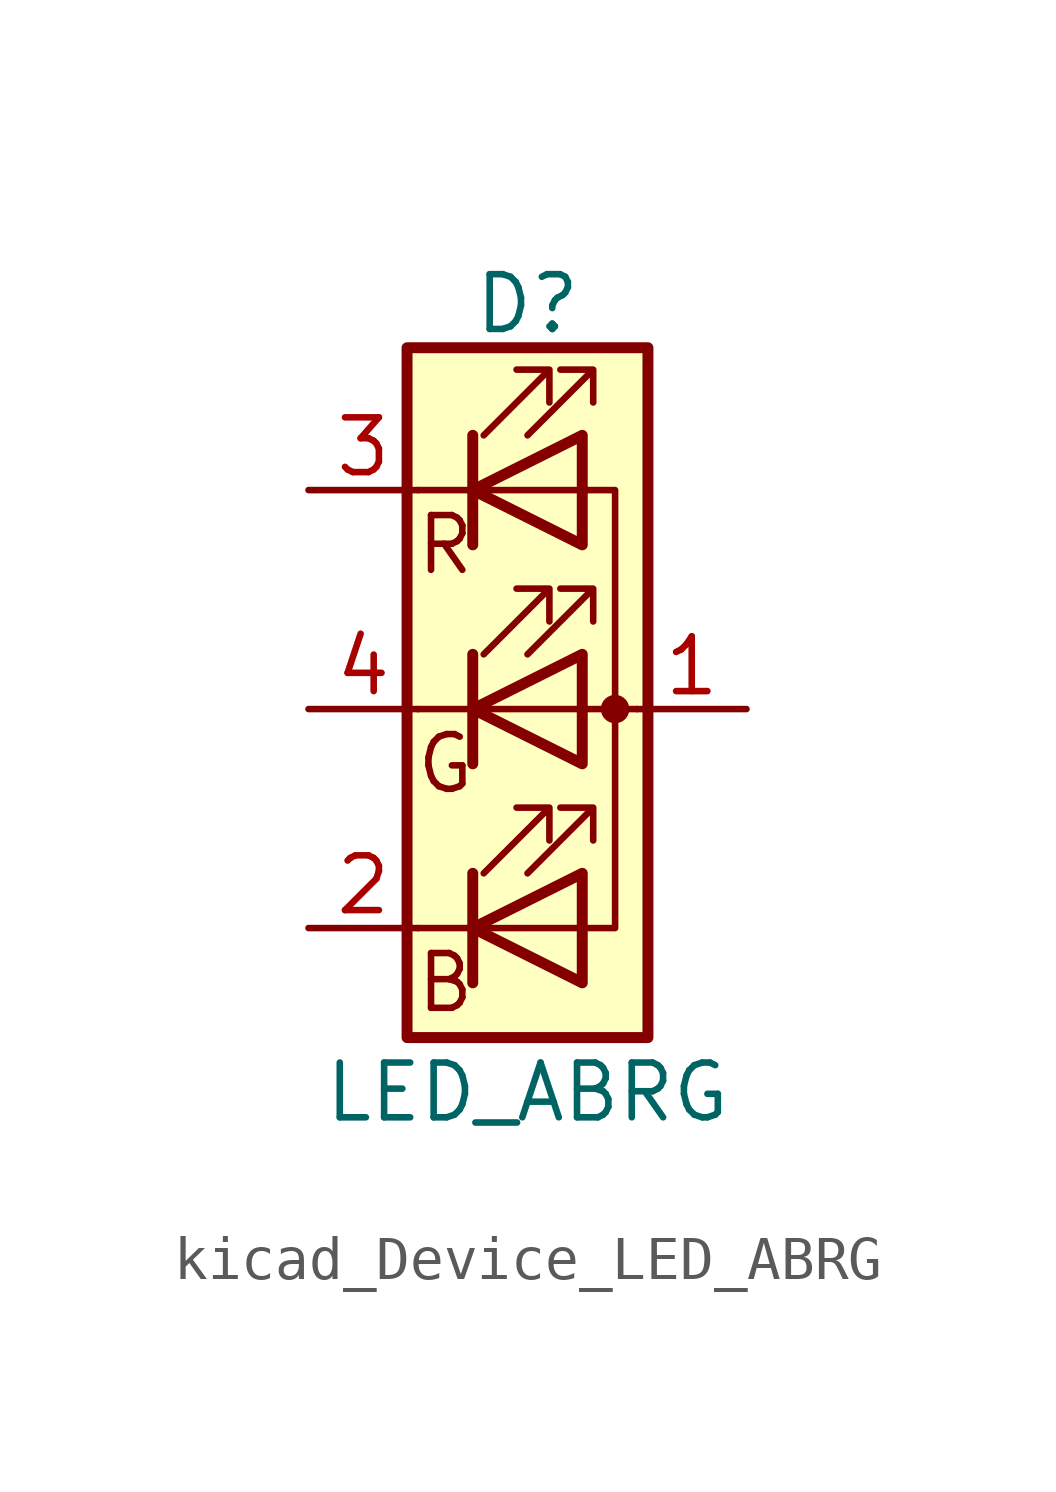
<source format=kicad_sym>
(kicad_symbol_lib
  (version 20220914)
  (generator kicad_symbol_editor)
  (symbol "kicad_Device_LED_ABRG"
    (pin_names
      (offset 0) hide)
    (property "Reference" "D"
      (at 0 9.398 0)
      (effects (font (size 1.27 1.27))))
    (property "Value" "LED_ABRG"
      (at 0 -8.89 0)
      (effects (font (size 1.27 1.27))))
    (symbol "kicad_Device_LED_ABRG_0_0"
      (text "B" (at -1.905 -6.35 0) (effects (font (size 1.27 1.27))))
      (text "G" (at -1.905 -1.27 0) (effects (font (size 1.27 1.27))))
      (text "R" (at -1.905 3.81 0) (effects (font (size 1.27 1.27)))))
    (symbol "kicad_Device_LED_ABRG_0_1"
      (polyline (pts (xy -1.27 -5.08) (xy -2.54 -5.08)) (stroke (width 0) (type default)) (fill (type none)))
      (polyline (pts (xy -1.27 -5.08) (xy 1.27 -5.08)) (stroke (width 0) (type default)) (fill (type none)))
      (polyline (pts (xy -1.27 -3.81) (xy -1.27 -6.35)) (stroke (width 0.254) (type default)) (fill (type none)))
      (polyline (pts (xy -1.27 0) (xy -2.54 0)) (stroke (width 0) (type default)) (fill (type none)))
      (polyline (pts (xy -1.27 1.27) (xy -1.27 -1.27)) (stroke (width 0.254) (type default)) (fill (type none)))
      (polyline (pts (xy -1.27 5.08) (xy -2.54 5.08)) (stroke (width 0) (type default)) (fill (type none)))
      (polyline (pts (xy -1.27 5.08) (xy 1.27 5.08)) (stroke (width 0) (type default)) (fill (type none)))
      (polyline (pts (xy -1.27 6.35) (xy -1.27 3.81)) (stroke (width 0.254) (type default)) (fill (type none)))
      (polyline (pts (xy 1.27 0) (xy -1.27 0)) (stroke (width 0) (type default)) (fill (type none)))
      (polyline (pts (xy 1.27 0) (xy 2.54 0)) (stroke (width 0) (type default)) (fill (type none)))
      (polyline (pts (xy -1.27 1.27) (xy -1.27 -1.27) (xy -1.27 -1.27)) (stroke (width 0) (type default)) (fill (type none)))
      (polyline (pts (xy -1.27 6.35) (xy -1.27 3.81) (xy -1.27 3.81)) (stroke (width 0) (type default)) (fill (type none)))
      (polyline (pts (xy 1.27 -5.08) (xy 2.032 -5.08) (xy 2.032 5.08) (xy 1.27 5.08)) (stroke (width 0) (type default)) (fill (type none)))
      (polyline (pts (xy 1.27 -3.81) (xy 1.27 -6.35) (xy -1.27 -5.08) (xy 1.27 -3.81)) (stroke (width 0.254) (type default)) (fill (type none)))
      (polyline (pts (xy 1.27 1.27) (xy 1.27 -1.27) (xy -1.27 0) (xy 1.27 1.27)) (stroke (width 0.254) (type default)) (fill (type none)))
      (polyline (pts (xy 1.27 6.35) (xy 1.27 3.81) (xy -1.27 5.08) (xy 1.27 6.35)) (stroke (width 0.254) (type default)) (fill (type none)))
      (polyline (pts (xy -1.016 -3.81) (xy 0.508 -2.286) (xy -0.254 -2.286) (xy 0.508 -2.286) (xy 0.508 -3.048)) (stroke (width 0) (type default)) (fill (type none)))
      (polyline (pts (xy -1.016 1.27) (xy 0.508 2.794) (xy -0.254 2.794) (xy 0.508 2.794) (xy 0.508 2.032)) (stroke (width 0) (type default)) (fill (type none)))
      (polyline (pts (xy -1.016 6.35) (xy 0.508 7.874) (xy -0.254 7.874) (xy 0.508 7.874) (xy 0.508 7.112)) (stroke (width 0) (type default)) (fill (type none)))
      (polyline (pts (xy 0 -3.81) (xy 1.524 -2.286) (xy 0.762 -2.286) (xy 1.524 -2.286) (xy 1.524 -3.048)) (stroke (width 0) (type default)) (fill (type none)))
      (polyline (pts (xy 0 1.27) (xy 1.524 2.794) (xy 0.762 2.794) (xy 1.524 2.794) (xy 1.524 2.032)) (stroke (width 0) (type default)) (fill (type none)))
      (polyline (pts (xy 0 6.35) (xy 1.524 7.874) (xy 0.762 7.874) (xy 1.524 7.874) (xy 1.524 7.112)) (stroke (width 0) (type default)) (fill (type none)))
      (rectangle (start 1.27 -1.27) (end 1.27 1.27) (stroke (width 0) (type default)) (fill (type none)))
      (rectangle (start 1.27 1.27) (end 1.27 1.27) (stroke (width 0) (type default)) (fill (type none)))
      (rectangle (start 1.27 3.81) (end 1.27 6.35) (stroke (width 0) (type default)) (fill (type none)))
      (rectangle (start 1.27 6.35) (end 1.27 6.35) (stroke (width 0) (type default)) (fill (type none)))
      (circle (center 2.032 0) (radius 0.254) (stroke (width 0) (type default)) (fill (type outline)))
      (rectangle (start 2.794 8.382) (end -2.794 -7.62) (stroke (width 0.254) (type default)) (fill (type background))))
    (symbol "kicad_Device_LED_ABRG_1_1"
      (pin passive line (at 5.08 0 180) (length 2.54) (name "A" (effects (font (size 1.27 1.27)))) (number "1" (effects (font (size 1.27 1.27)))))
      (pin passive line (at -5.08 -5.08 0) (length 2.54) (name "BK" (effects (font (size 1.27 1.27)))) (number "2" (effects (font (size 1.27 1.27)))))
      (pin passive line (at -5.08 5.08 0) (length 2.54) (name "RK" (effects (font (size 1.27 1.27)))) (number "3" (effects (font (size 1.27 1.27)))))
      (pin passive line (at -5.08 0 0) (length 2.54) (name "GK" (effects (font (size 1.27 1.27)))) (number "4" (effects (font (size 1.27 1.27))))))))
</source>
